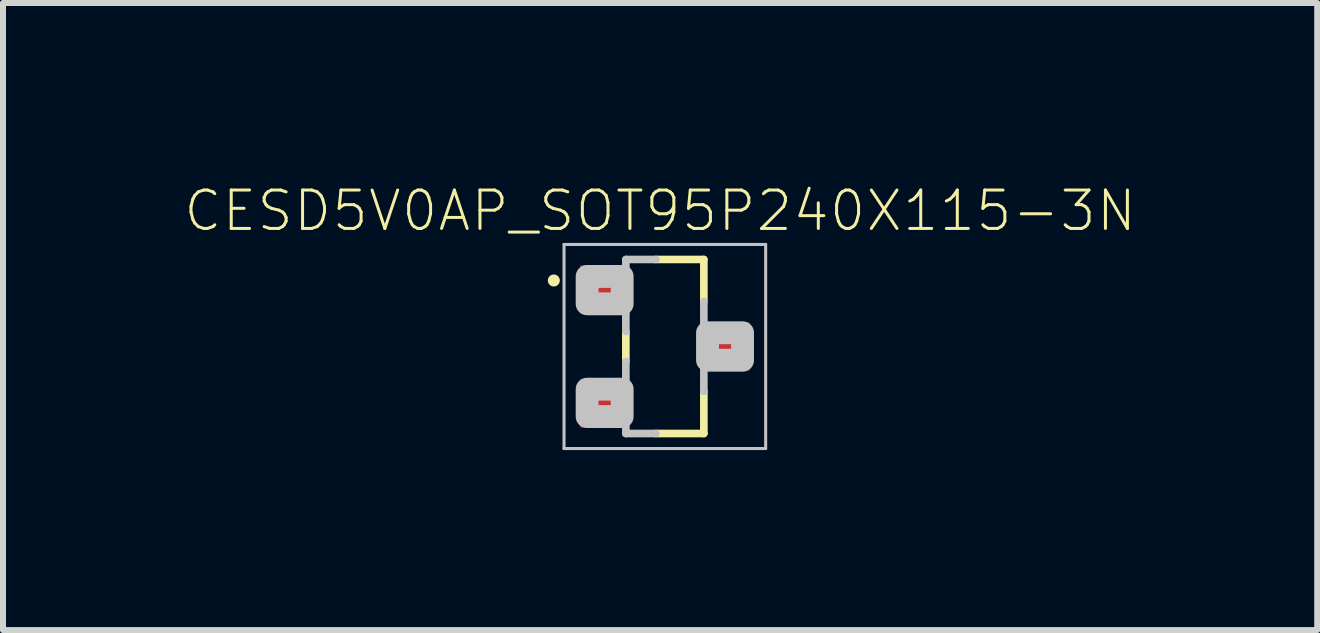
<source format=kicad_pcb>
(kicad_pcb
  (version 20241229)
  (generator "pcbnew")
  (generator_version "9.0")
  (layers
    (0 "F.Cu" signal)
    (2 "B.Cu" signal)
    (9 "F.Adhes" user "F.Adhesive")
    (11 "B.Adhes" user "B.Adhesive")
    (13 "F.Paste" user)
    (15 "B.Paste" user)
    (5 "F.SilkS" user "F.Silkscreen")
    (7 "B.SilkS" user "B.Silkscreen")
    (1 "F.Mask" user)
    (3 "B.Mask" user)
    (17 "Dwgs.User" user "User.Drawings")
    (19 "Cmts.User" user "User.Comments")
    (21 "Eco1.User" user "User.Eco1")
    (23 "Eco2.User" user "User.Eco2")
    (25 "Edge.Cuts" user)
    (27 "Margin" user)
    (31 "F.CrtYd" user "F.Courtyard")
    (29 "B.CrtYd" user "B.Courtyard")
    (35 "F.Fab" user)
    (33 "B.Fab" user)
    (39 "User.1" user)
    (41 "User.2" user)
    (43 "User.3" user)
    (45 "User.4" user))
  (footprint "CESD5V0AP_SOT95P240X115-3N"
    (layer "F.Cu")
    (at 8.029 2.724)
    (property "Reference" "CESD5V0AP_SOT95P240X115-3N" (at -0.079 -2.261 0) (layer "F.SilkS") (effects (font (size 0.64 0.64) (thickness 0.05))))
    (attr smd)
    (fp_line (start -0.65 -0.25) (end -0.65 0.25) (stroke (width 0.127) (type solid)) (layer "F.SilkS"))
    (fp_line (start 0.65 -1.45) (end -0.15 -1.45) (stroke (width 0.127) (type solid)) (layer "F.SilkS"))
    (fp_line (start 0.65 -1.45) (end 0.65 -0.75) (stroke (width 0.127) (type solid)) (layer "F.SilkS"))
    (fp_line (start 0.65 1.45) (end -0.15 1.45) (stroke (width 0.127) (type solid)) (layer "F.SilkS"))
    (fp_line (start 0.65 1.45) (end 0.65 0.75) (stroke (width 0.127) (type solid)) (layer "F.SilkS"))
    (fp_circle (center -1.85 -1.1) (end -1.75 -1.1) (stroke (width 0) (type solid)) (fill yes) (layer "F.SilkS"))
    (fp_line (start -1.68 -1.7) (end 1.68 -1.7) (stroke (width 0.051) (type solid)) (layer "Dwgs.User"))
    (fp_line (start -1.68 1.7) (end -1.68 -1.7) (stroke (width 0.051) (type solid)) (layer "Dwgs.User"))
    (fp_line (start -0.65 -1.45) (end -0.65 -0.25) (stroke (width 0.127) (type solid)) (layer "Dwgs.User"))
    (fp_line (start -0.65 0.25) (end -0.65 1.45) (stroke (width 0.127) (type solid)) (layer "Dwgs.User"))
    (fp_line (start -0.65 1.45) (end -0.15 1.45) (stroke (width 0.127) (type solid)) (layer "Dwgs.User"))
    (fp_line (start -0.15 -1.45) (end -0.65 -1.45) (stroke (width 0.127) (type solid)) (layer "Dwgs.User"))
    (fp_line (start 0.65 -0.75) (end 0.65 0.75) (stroke (width 0.127) (type solid)) (layer "Dwgs.User"))
    (fp_line (start 1.68 -1.7) (end 1.68 1.7) (stroke (width 0.051) (type solid)) (layer "Dwgs.User"))
    (fp_line (start 1.68 1.7) (end -1.68 1.7) (stroke (width 0.051) (type solid)) (layer "Dwgs.User"))
    (fp_poly (pts (xy -0.711 -1.168) (xy -0.711 -0.711) (xy -1.295 -0.711) (xy -1.295 -1.168)) (stroke (width 0.381) (type solid)) (fill no) (layer "Dwgs.User"))
    (fp_poly (pts (xy -0.711 0.711) (xy -0.711 1.168) (xy -1.295 1.168) (xy -1.295 0.711)) (stroke (width 0.381) (type solid)) (fill no) (layer "Dwgs.User"))
    (fp_poly (pts (xy 1.295 -0.229) (xy 1.295 0.229) (xy 0.711 0.229) (xy 0.711 -0.229)) (stroke (width 0.381) (type solid)) (fill no) (layer "Dwgs.User"))
    (pad "1" smd rect (at -1.01 -0.95 270) (size 0.8 0.8) (layers "F.Cu" "F.Mask" "F.Paste"))
    (pad "2" smd rect (at -1.01 0.95 270) (size 0.8 0.8) (layers "F.Cu" "F.Mask" "F.Paste"))
    (pad "3" smd rect (at 1.01 0 270) (size 0.8 0.8) (layers "F.Cu" "F.Mask" "F.Paste")))
  (gr_rect
    (start -3 -3)
    (end 18.9 7.449)
    (stroke (width 0.1) (type default))
    (fill no)
    (layer "Edge.Cuts")))
</source>
